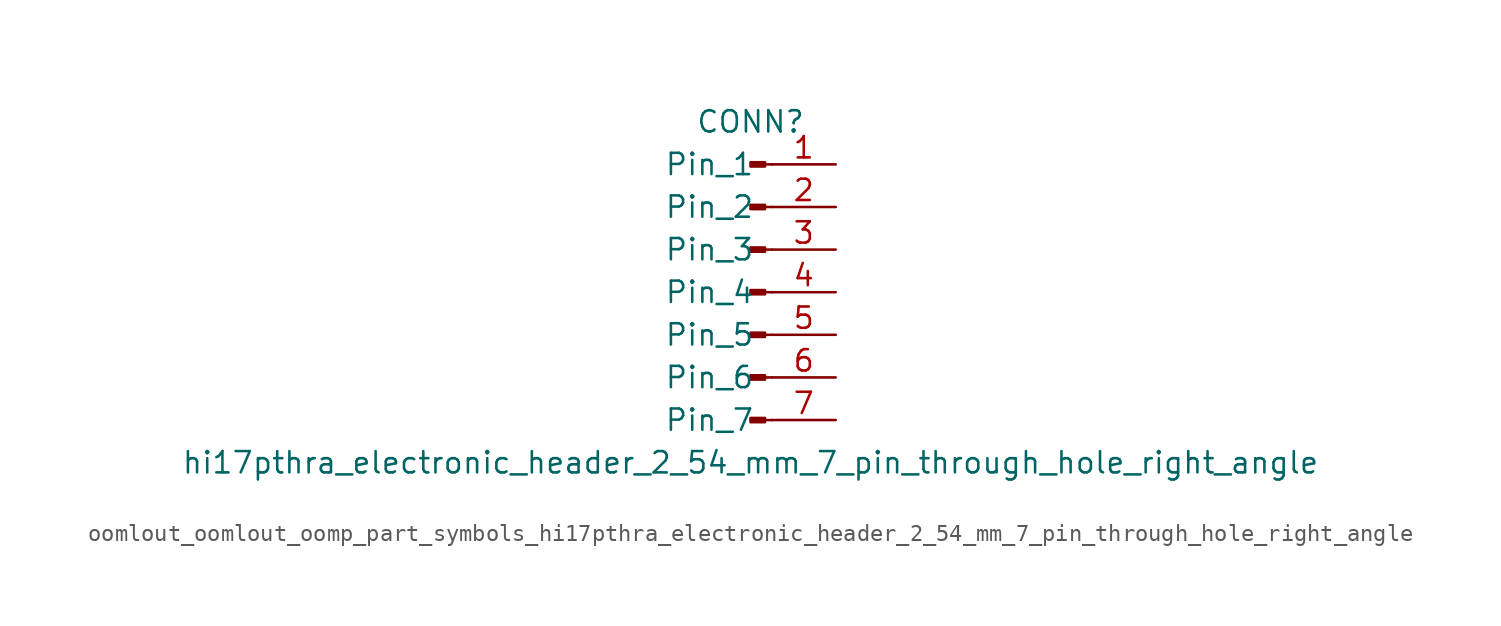
<source format=kicad_sym>
(kicad_symbol_lib
  (version 20220914)
  (generator kicad_symbol_editor)
  (symbol "oomlout_oomlout_oomp_part_symbols_hi17pthra_electronic_header_2_54_mm_7_pin_through_hole_right_angle"
    (pin_names
      (offset 1.016))
    (property "Reference" "CONN"
      (at 0 10.16 0)
      (effects (font (size 1.27 1.27))))
    (property "Value" "hi17pthra_electronic_header_2_54_mm_7_pin_through_hole_right_angle"
      (at 0 -10.16 0)
      (effects (font (size 1.27 1.27))))
    (property "ki_locked" ""
      (at 0 0 0)
      (effects (font (size 1.27 1.27))))
    (symbol "oomlout_oomlout_oomp_part_symbols_hi17pthra_electronic_header_2_54_mm_7_pin_through_hole_right_angle_1_1"
      (polyline (pts (xy 1.27 -7.62) (xy 0.864 -7.62)) (stroke (width 0.152) (type default)) (fill (type none)))
      (polyline (pts (xy 1.27 -5.08) (xy 0.864 -5.08)) (stroke (width 0.152) (type default)) (fill (type none)))
      (polyline (pts (xy 1.27 -2.54) (xy 0.864 -2.54)) (stroke (width 0.152) (type default)) (fill (type none)))
      (polyline (pts (xy 1.27 0) (xy 0.864 0)) (stroke (width 0.152) (type default)) (fill (type none)))
      (polyline (pts (xy 1.27 2.54) (xy 0.864 2.54)) (stroke (width 0.152) (type default)) (fill (type none)))
      (polyline (pts (xy 1.27 5.08) (xy 0.864 5.08)) (stroke (width 0.152) (type default)) (fill (type none)))
      (polyline (pts (xy 1.27 7.62) (xy 0.864 7.62)) (stroke (width 0.152) (type default)) (fill (type none)))
      (rectangle (start 0.864 -7.493) (end 0 -7.747) (stroke (width 0.152) (type default)) (fill (type outline)))
      (rectangle (start 0.864 -4.953) (end 0 -5.207) (stroke (width 0.152) (type default)) (fill (type outline)))
      (rectangle (start 0.864 -2.413) (end 0 -2.667) (stroke (width 0.152) (type default)) (fill (type outline)))
      (rectangle (start 0.864 0.127) (end 0 -0.127) (stroke (width 0.152) (type default)) (fill (type outline)))
      (rectangle (start 0.864 2.667) (end 0 2.413) (stroke (width 0.152) (type default)) (fill (type outline)))
      (rectangle (start 0.864 5.207) (end 0 4.953) (stroke (width 0.152) (type default)) (fill (type outline)))
      (rectangle (start 0.864 7.747) (end 0 7.493) (stroke (width 0.152) (type default)) (fill (type outline)))
      (pin passive line (at 5.08 7.62 180) (length 3.81) (name "Pin_1" (effects (font (size 1.27 1.27)))) (number "1" (effects (font (size 1.27 1.27)))))
      (pin passive line (at 5.08 5.08 180) (length 3.81) (name "Pin_2" (effects (font (size 1.27 1.27)))) (number "2" (effects (font (size 1.27 1.27)))))
      (pin passive line (at 5.08 2.54 180) (length 3.81) (name "Pin_3" (effects (font (size 1.27 1.27)))) (number "3" (effects (font (size 1.27 1.27)))))
      (pin passive line (at 5.08 0 180) (length 3.81) (name "Pin_4" (effects (font (size 1.27 1.27)))) (number "4" (effects (font (size 1.27 1.27)))))
      (pin passive line (at 5.08 -2.54 180) (length 3.81) (name "Pin_5" (effects (font (size 1.27 1.27)))) (number "5" (effects (font (size 1.27 1.27)))))
      (pin passive line (at 5.08 -5.08 180) (length 3.81) (name "Pin_6" (effects (font (size 1.27 1.27)))) (number "6" (effects (font (size 1.27 1.27)))))
      (pin passive line (at 5.08 -7.62 180) (length 3.81) (name "Pin_7" (effects (font (size 1.27 1.27)))) (number "7" (effects (font (size 1.27 1.27))))))))
</source>
